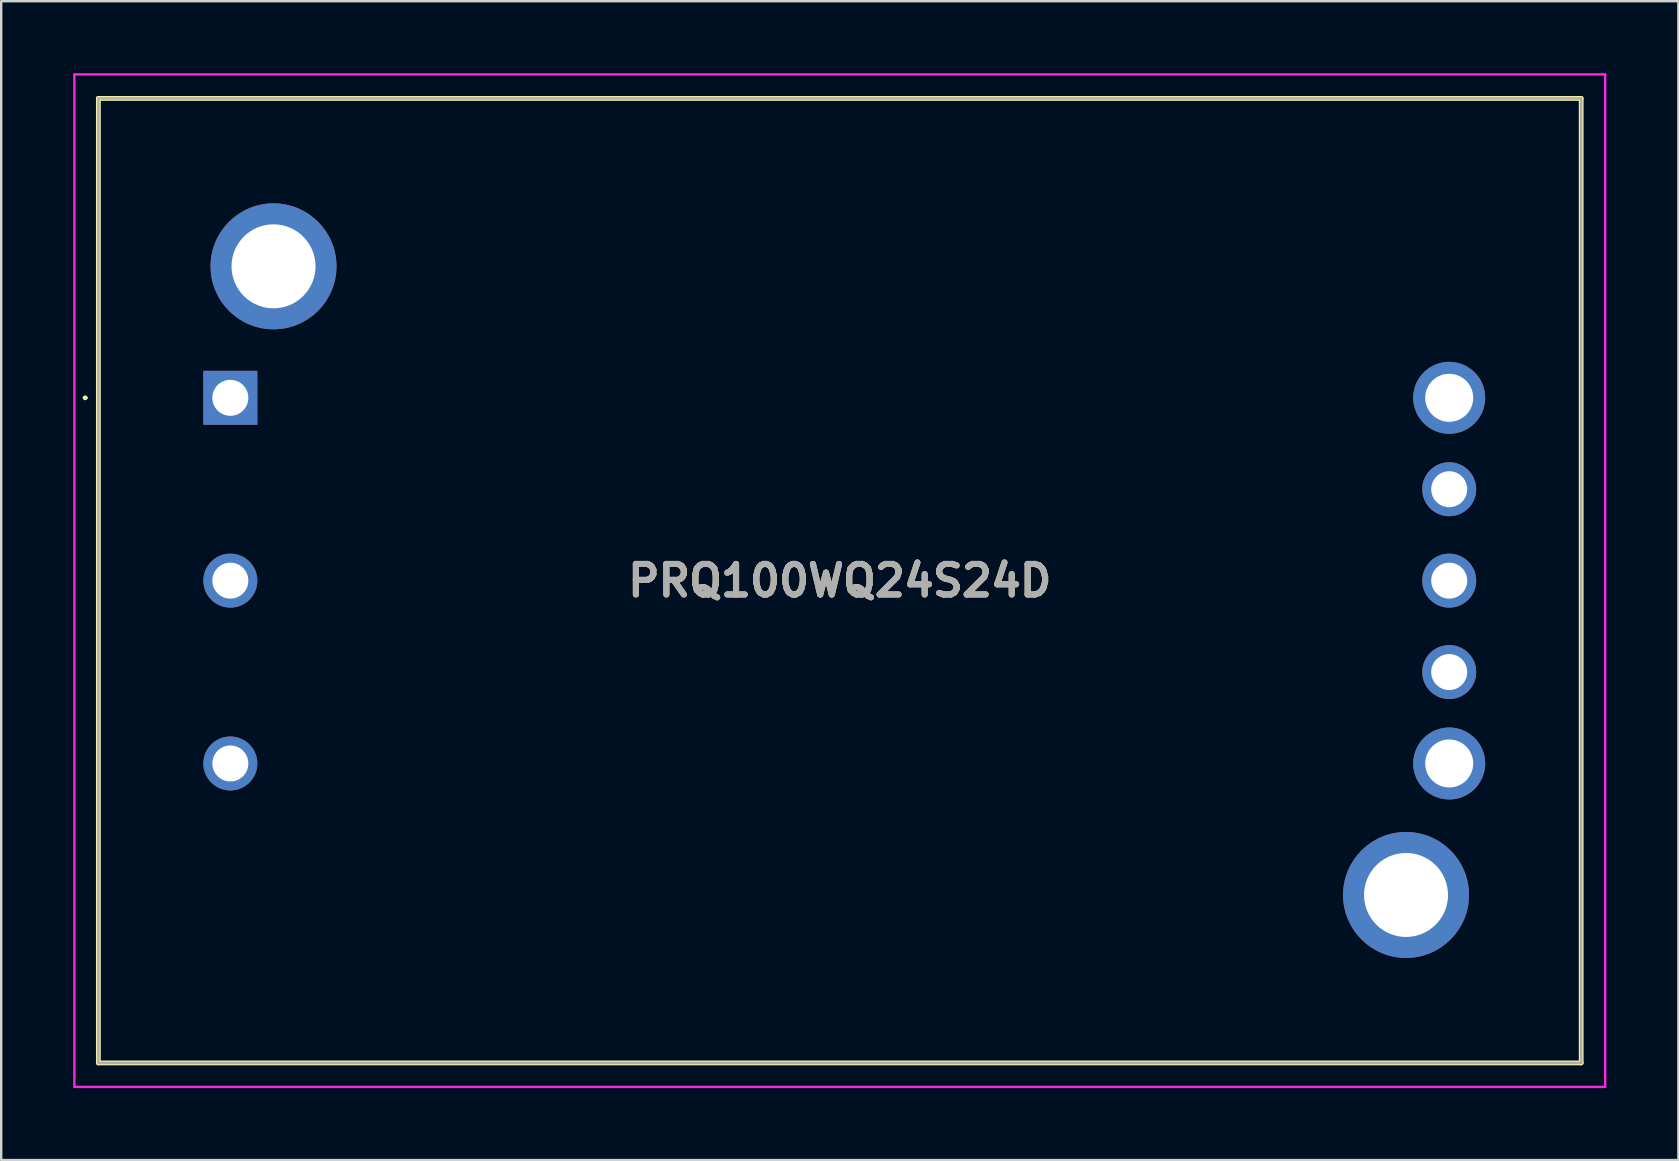
<source format=kicad_pcb>
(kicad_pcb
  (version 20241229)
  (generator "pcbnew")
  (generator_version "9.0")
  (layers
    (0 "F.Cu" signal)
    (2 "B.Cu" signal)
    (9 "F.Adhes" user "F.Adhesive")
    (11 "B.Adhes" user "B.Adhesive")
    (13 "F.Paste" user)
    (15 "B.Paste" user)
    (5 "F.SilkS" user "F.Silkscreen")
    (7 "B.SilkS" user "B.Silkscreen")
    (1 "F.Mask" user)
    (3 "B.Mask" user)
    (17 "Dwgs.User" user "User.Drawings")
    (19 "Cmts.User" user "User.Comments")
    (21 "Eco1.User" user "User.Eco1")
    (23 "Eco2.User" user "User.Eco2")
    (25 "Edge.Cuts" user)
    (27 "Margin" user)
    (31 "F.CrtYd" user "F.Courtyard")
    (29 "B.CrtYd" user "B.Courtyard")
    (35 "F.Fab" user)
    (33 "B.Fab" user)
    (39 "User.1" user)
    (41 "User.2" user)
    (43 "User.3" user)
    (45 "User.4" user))
  (footprint "PRQ100WQ24S24D"
    (layer "F.Cu")
    (at 6.55 13.53)
    (property "Reference" "PRQ100WQ24S24D" (at 25.4 7.62 0) (layer "F.SilkS") (effects (font (size 1.27 1.27) (thickness 0.254))))
    (attr through_hole)
    (fp_line (start -6.1 0) (end -6.1 0) (stroke (width 0.1) (type solid)) (layer "F.SilkS"))
    (fp_line (start -6 0) (end -6 0) (stroke (width 0.1) (type solid)) (layer "F.SilkS"))
    (fp_line (start -5.5 -12.48) (end 56.3 -12.48) (stroke (width 0.2) (type solid)) (layer "F.SilkS"))
    (fp_line (start -5.5 27.72) (end -5.5 -12.48) (stroke (width 0.2) (type solid)) (layer "F.SilkS"))
    (fp_line (start 56.3 -12.48) (end 56.3 27.72) (stroke (width 0.2) (type solid)) (layer "F.SilkS"))
    (fp_line (start 56.3 27.72) (end -5.5 27.72) (stroke (width 0.2) (type solid)) (layer "F.SilkS"))
    (fp_arc (start -6.1 0) (mid -6.05 -0.05) (end -6 0) (stroke (width 0.1) (type solid)) (layer "F.SilkS"))
    (fp_arc (start -6 0) (mid -6.05 0.05) (end -6.1 0) (stroke (width 0.1) (type solid)) (layer "F.SilkS"))
    (fp_line (start -6.5 -13.48) (end 57.3 -13.48) (stroke (width 0.1) (type solid)) (layer "F.CrtYd"))
    (fp_line (start -6.5 28.72) (end -6.5 -13.48) (stroke (width 0.1) (type solid)) (layer "F.CrtYd"))
    (fp_line (start 57.3 -13.48) (end 57.3 28.72) (stroke (width 0.1) (type solid)) (layer "F.CrtYd"))
    (fp_line (start 57.3 28.72) (end -6.5 28.72) (stroke (width 0.1) (type solid)) (layer "F.CrtYd"))
    (fp_line (start -5.5 -12.48) (end 56.3 -12.48) (stroke (width 0.1) (type solid)) (layer "F.Fab"))
    (fp_line (start -5.5 27.72) (end -5.5 -12.48) (stroke (width 0.1) (type solid)) (layer "F.Fab"))
    (fp_line (start 56.3 -12.48) (end 56.3 27.72) (stroke (width 0.1) (type solid)) (layer "F.Fab"))
    (fp_line (start 56.3 27.72) (end -5.5 27.72) (stroke (width 0.1) (type solid)) (layer "F.Fab"))
    (fp_text user "${REFERENCE}" (at 25.4 7.62 0) (layer "F.Fab") (effects (font (size 1.27 1.27) (thickness 0.254))))
    (pad "1" thru_hole rect (at 0 0) (size 2.25 2.25) (drill 1.5) (layers "*.Cu" "*.Mask"))
    (pad "2" thru_hole circle (at 0 7.62) (size 2.25 2.25) (drill 1.5) (layers "*.Cu" "*.Mask"))
    (pad "3" thru_hole circle (at 0 15.24) (size 2.25 2.25) (drill 1.5) (layers "*.Cu" "*.Mask"))
    (pad "4" thru_hole circle (at 50.8 15.24) (size 3 3) (drill 2) (layers "*.Cu" "*.Mask"))
    (pad "5" thru_hole circle (at 50.8 11.43) (size 2.25 2.25) (drill 1.5) (layers "*.Cu" "*.Mask"))
    (pad "6" thru_hole circle (at 50.8 7.62) (size 2.25 2.25) (drill 1.5) (layers "*.Cu" "*.Mask"))
    (pad "7" thru_hole circle (at 50.8 3.81) (size 2.25 2.25) (drill 1.5) (layers "*.Cu" "*.Mask"))
    (pad "8" thru_hole circle (at 50.8 0) (size 3 3) (drill 2) (layers "*.Cu" "*.Mask"))
    (pad "MH1" thru_hole circle (at 1.8 -5.48) (size 5.25 5.25) (drill 3.5) (layers "*.Cu" "*.Mask"))
    (pad "MH2" thru_hole circle (at 49 20.72) (size 5.25 5.25) (drill 3.5) (layers "*.Cu" "*.Mask")))
  (gr_rect
    (start -3 -3)
    (end 66.9 45.3)
    (stroke (width 0.1) (type default))
    (fill no)
    (layer "Edge.Cuts")))
</source>
